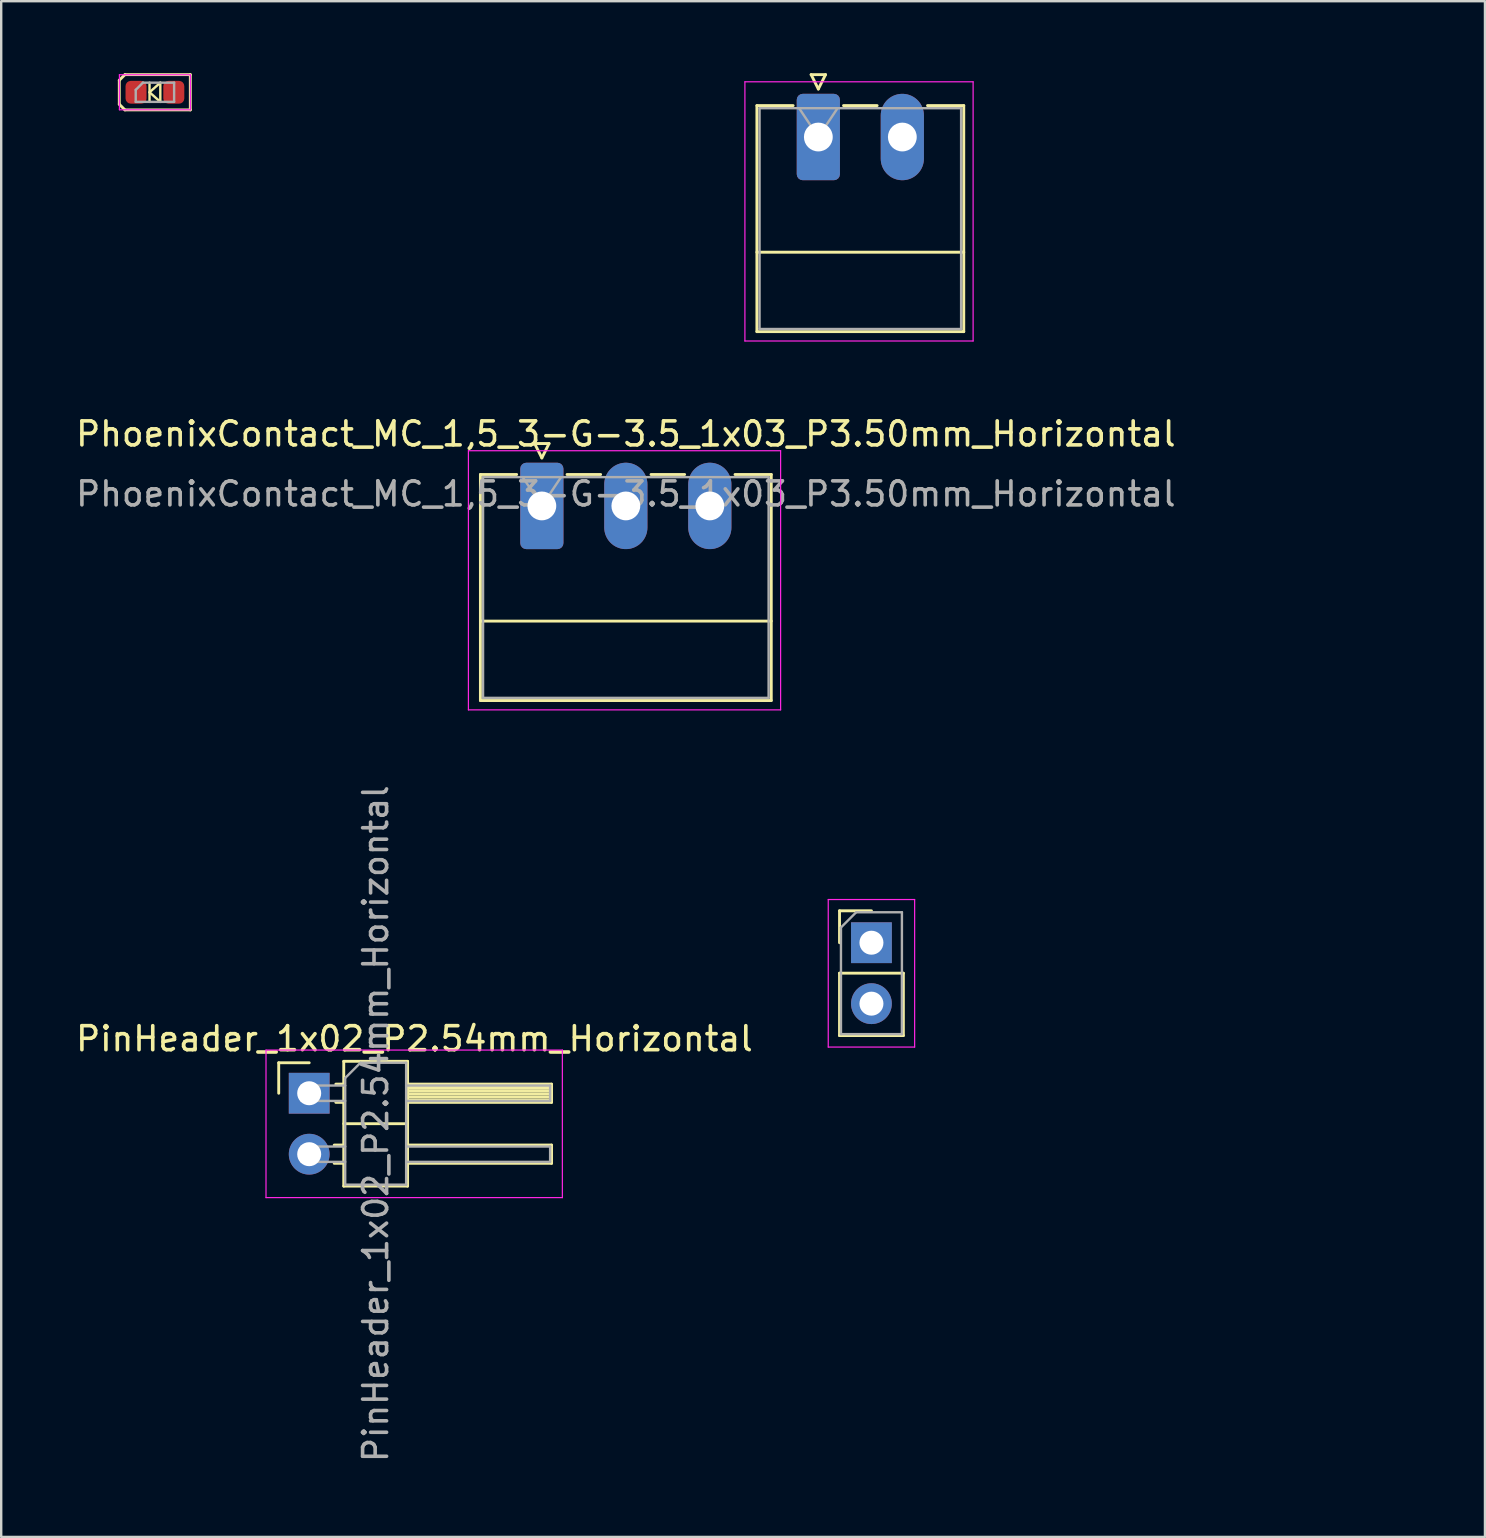
<source format=kicad_pcb>
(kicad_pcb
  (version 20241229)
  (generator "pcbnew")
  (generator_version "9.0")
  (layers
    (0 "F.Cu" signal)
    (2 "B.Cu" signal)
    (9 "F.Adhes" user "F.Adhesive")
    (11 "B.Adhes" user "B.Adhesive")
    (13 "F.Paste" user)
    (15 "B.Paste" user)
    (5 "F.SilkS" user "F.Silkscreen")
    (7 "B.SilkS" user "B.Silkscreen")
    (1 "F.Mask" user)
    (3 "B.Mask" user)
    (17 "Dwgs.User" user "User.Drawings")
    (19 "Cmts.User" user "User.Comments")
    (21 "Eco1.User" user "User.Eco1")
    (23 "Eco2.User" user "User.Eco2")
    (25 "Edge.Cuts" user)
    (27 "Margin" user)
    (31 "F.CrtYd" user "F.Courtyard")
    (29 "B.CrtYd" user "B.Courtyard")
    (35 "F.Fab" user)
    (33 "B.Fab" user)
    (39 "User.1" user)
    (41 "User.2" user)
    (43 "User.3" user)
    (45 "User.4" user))
  (footprint "PhoenixContact_MC_1,5_2-G-3.5_1x02_P3.50mm_Horizontal"
    (layer "F.Cu")
    (at 31.052 2.66)
    (property "Reference" "PhoenixContact_MC_1,5_2-G-3.5_1x02_P3.50mm_Horizontal" (at 0.069 0.106 270) (layer "User.7") (effects (font (size 1 1) (thickness 0.15))))
    (attr through_hole)
    (fp_line (start -2.56 -1.31) (end -2.56 8.11) (stroke (width 0.12) (type solid)) (layer "F.SilkS"))
    (fp_line (start -2.56 -1.31) (end -1.05 -1.31) (stroke (width 0.12) (type solid)) (layer "F.SilkS"))
    (fp_line (start -2.56 4.8) (end 6.06 4.8) (stroke (width 0.12) (type solid)) (layer "F.SilkS"))
    (fp_line (start -2.56 8.11) (end 6.06 8.11) (stroke (width 0.12) (type solid)) (layer "F.SilkS"))
    (fp_line (start -0.3 -2.6) (end 0.3 -2.6) (stroke (width 0.12) (type solid)) (layer "F.SilkS"))
    (fp_line (start 0 -2) (end -0.3 -2.6) (stroke (width 0.12) (type solid)) (layer "F.SilkS"))
    (fp_line (start 0.3 -2.6) (end 0 -2) (stroke (width 0.12) (type solid)) (layer "F.SilkS"))
    (fp_line (start 1.05 -1.31) (end 2.45 -1.31) (stroke (width 0.12) (type solid)) (layer "F.SilkS"))
    (fp_line (start 6.06 -1.31) (end 4.55 -1.31) (stroke (width 0.12) (type solid)) (layer "F.SilkS"))
    (fp_line (start 6.06 8.11) (end 6.06 -1.31) (stroke (width 0.12) (type solid)) (layer "F.SilkS"))
    (fp_line (start -3.06 -2.3) (end -3.06 8.5) (stroke (width 0.05) (type solid)) (layer "F.CrtYd"))
    (fp_line (start -3.06 8.5) (end 6.45 8.5) (stroke (width 0.05) (type solid)) (layer "F.CrtYd"))
    (fp_line (start 6.45 -2.3) (end -3.06 -2.3) (stroke (width 0.05) (type solid)) (layer "F.CrtYd"))
    (fp_line (start 6.45 8.5) (end 6.45 -2.3) (stroke (width 0.05) (type solid)) (layer "F.CrtYd"))
    (fp_line (start -2.45 -1.2) (end -2.45 8) (stroke (width 0.1) (type solid)) (layer "F.Fab"))
    (fp_line (start -2.45 8) (end 5.95 8) (stroke (width 0.1) (type solid)) (layer "F.Fab"))
    (fp_line (start 0 0) (end -0.8 -1.2) (stroke (width 0.1) (type solid)) (layer "F.Fab"))
    (fp_line (start 0.8 -1.2) (end 0 0) (stroke (width 0.1) (type solid)) (layer "F.Fab"))
    (fp_line (start 5.95 -1.2) (end -2.45 -1.2) (stroke (width 0.1) (type solid)) (layer "F.Fab"))
    (fp_line (start 5.95 8) (end 5.95 -1.2) (stroke (width 0.1) (type solid)) (layer "F.Fab"))
    (fp_text user "${REFERENCE}" (at 1.75 -0.5 0) (layer "User.5") (effects (font (size 1 1) (thickness 0.15))))
    (pad "1" thru_hole roundrect (at 0 0) (size 1.8 3.6) (drill 1.2) (layers "*.Cu" "*.Mask") (roundrect_rratio 0.139))
    (pad "2" thru_hole oval (at 3.5 0) (size 1.8 3.6) (drill 1.2) (layers "*.Cu" "*.Mask")))
  (footprint "PhoenixContact_MC_1,5_3-G-3.5_1x03_P3.50mm_Horizontal"
    (layer "F.Cu")
    (at 19.53 18.033)
    (property "Reference" "PhoenixContact_MC_1,5_3-G-3.5_1x03_P3.50mm_Horizontal" (at 3.5 -3 0) (layer "F.SilkS") (effects (font (size 1 1) (thickness 0.15))))
    (attr through_hole)
    (fp_line (start -2.56 -1.31) (end -2.56 8.11) (stroke (width 0.12) (type solid)) (layer "F.SilkS"))
    (fp_line (start -2.56 -1.31) (end -1.05 -1.31) (stroke (width 0.12) (type solid)) (layer "F.SilkS"))
    (fp_line (start -2.56 4.8) (end 9.56 4.8) (stroke (width 0.12) (type solid)) (layer "F.SilkS"))
    (fp_line (start -2.56 8.11) (end 9.56 8.11) (stroke (width 0.12) (type solid)) (layer "F.SilkS"))
    (fp_line (start -0.3 -2.6) (end 0.3 -2.6) (stroke (width 0.12) (type solid)) (layer "F.SilkS"))
    (fp_line (start 0 -2) (end -0.3 -2.6) (stroke (width 0.12) (type solid)) (layer "F.SilkS"))
    (fp_line (start 0.3 -2.6) (end 0 -2) (stroke (width 0.12) (type solid)) (layer "F.SilkS"))
    (fp_line (start 1.05 -1.31) (end 2.45 -1.31) (stroke (width 0.12) (type solid)) (layer "F.SilkS"))
    (fp_line (start 4.55 -1.31) (end 5.95 -1.31) (stroke (width 0.12) (type solid)) (layer "F.SilkS"))
    (fp_line (start 9.56 -1.31) (end 8.05 -1.31) (stroke (width 0.12) (type solid)) (layer "F.SilkS"))
    (fp_line (start 9.56 8.11) (end 9.56 -1.31) (stroke (width 0.12) (type solid)) (layer "F.SilkS"))
    (fp_line (start -3.06 -2.3) (end -3.06 8.5) (stroke (width 0.05) (type solid)) (layer "F.CrtYd"))
    (fp_line (start -3.06 8.5) (end 9.95 8.5) (stroke (width 0.05) (type solid)) (layer "F.CrtYd"))
    (fp_line (start 9.95 -2.3) (end -3.06 -2.3) (stroke (width 0.05) (type solid)) (layer "F.CrtYd"))
    (fp_line (start 9.95 8.5) (end 9.95 -2.3) (stroke (width 0.05) (type solid)) (layer "F.CrtYd"))
    (fp_line (start -2.45 -1.2) (end -2.45 8) (stroke (width 0.1) (type solid)) (layer "F.Fab"))
    (fp_line (start -2.45 8) (end 9.45 8) (stroke (width 0.1) (type solid)) (layer "F.Fab"))
    (fp_line (start 0 0) (end -0.8 -1.2) (stroke (width 0.1) (type solid)) (layer "F.Fab"))
    (fp_line (start 0.8 -1.2) (end 0 0) (stroke (width 0.1) (type solid)) (layer "F.Fab"))
    (fp_line (start 9.45 -1.2) (end -2.45 -1.2) (stroke (width 0.1) (type solid)) (layer "F.Fab"))
    (fp_line (start 9.45 8) (end 9.45 -1.2) (stroke (width 0.1) (type solid)) (layer "F.Fab"))
    (fp_text user "${REFERENCE}" (at 3.5 -0.5 0) (layer "F.Fab") (effects (font (size 1 1) (thickness 0.15))))
    (pad "1" thru_hole roundrect (at 0 0) (size 1.8 3.6) (drill 1.2) (layers "*.Cu" "*.Mask") (roundrect_rratio 0.139))
    (pad "2" thru_hole oval (at 3.5 0) (size 1.8 3.6) (drill 1.2) (layers "*.Cu" "*.Mask"))
    (pad "3" thru_hole oval (at 7 0) (size 1.8 3.6) (drill 1.2) (layers "*.Cu" "*.Mask")))
  (footprint "LED_0603_1608Metric"
    (layer "F.Cu")
    (at 3.406 0.795)
    (property "Reference" "LED_0603_1608Metric" (at 0.1 0.1 180) (layer "User.5") (effects (font (size 0.6 0.4) (thickness 0.1))))
    (attr smd)
    (fp_line (start -1.485 -0.5) (end -1.485 0.5) (stroke (width 0.12) (type solid)) (layer "F.SilkS"))
    (fp_line (start -1.485 0.5) (end -1.25 0.735) (stroke (width 0.12) (type default)) (layer "F.SilkS"))
    (fp_line (start -1.25 -0.735) (end -1.485 -0.5) (stroke (width 0.12) (type default)) (layer "F.SilkS"))
    (fp_line (start -1.25 0.735) (end 1.475 0.735) (stroke (width 0.12) (type solid)) (layer "F.SilkS"))
    (fp_line (start -0.225 -0.4) (end -0.225 0.4) (stroke (width 0.1) (type solid)) (layer "F.SilkS"))
    (fp_line (start -0.225 0) (end 0.225 -0.4) (stroke (width 0.1) (type solid)) (layer "F.SilkS"))
    (fp_line (start -0.225 0) (end 0.225 0.4) (stroke (width 0.1) (type solid)) (layer "F.SilkS"))
    (fp_line (start 0.225 -0.4) (end 0.225 0.4) (stroke (width 0.1) (type solid)) (layer "F.SilkS"))
    (fp_line (start 1.475 -0.735) (end -1.25 -0.735) (stroke (width 0.12) (type solid)) (layer "F.SilkS"))
    (fp_line (start 1.475 0.735) (end 1.475 -0.735) (stroke (width 0.12) (type default)) (layer "F.SilkS"))
    (fp_line (start -1.48 -0.73) (end 1.48 -0.73) (stroke (width 0.05) (type solid)) (layer "F.CrtYd"))
    (fp_line (start -1.48 0.73) (end -1.48 -0.73) (stroke (width 0.05) (type solid)) (layer "F.CrtYd"))
    (fp_line (start 1.48 -0.73) (end 1.48 0.73) (stroke (width 0.05) (type solid)) (layer "F.CrtYd"))
    (fp_line (start 1.48 0.73) (end -1.48 0.73) (stroke (width 0.05) (type solid)) (layer "F.CrtYd"))
    (fp_line (start -0.8 -0.1) (end -0.8 0.4) (stroke (width 0.1) (type solid)) (layer "F.Fab"))
    (fp_line (start -0.8 0.4) (end 0.8 0.4) (stroke (width 0.1) (type solid)) (layer "F.Fab"))
    (fp_line (start -0.5 -0.4) (end -0.8 -0.1) (stroke (width 0.1) (type solid)) (layer "F.Fab"))
    (fp_line (start 0.8 -0.4) (end -0.5 -0.4) (stroke (width 0.1) (type solid)) (layer "F.Fab"))
    (fp_line (start 0.8 0.4) (end 0.8 -0.4) (stroke (width 0.1) (type solid)) (layer "F.Fab"))
    (fp_text user "${REFERENCE}" (at -0.02 0 180) (layer "User.3") (effects (font (size 0.6 0.4) (thickness 0.1))))
    (pad "1" smd roundrect (at -0.787 0) (size 0.875 0.95) (layers "F.Cu" "F.Mask" "F.Paste") (roundrect_rratio 0.25))
    (pad "2" smd roundrect (at 0.787 0) (size 0.875 0.95) (layers "F.Cu" "F.Mask" "F.Paste") (roundrect_rratio 0.25)))
  (footprint "PinHeader_1x02_P2.54mm_Horizontal"
    (layer "F.Cu")
    (at 9.835 42.508)
    (property "Reference" "PinHeader_1x02_P2.54mm_Horizontal" (at 4.385 -2.27 0) (layer "F.SilkS") (effects (font (size 1 1) (thickness 0.15))))
    (attr through_hole)
    (fp_line (start -1.27 -1.27) (end 0 -1.27) (stroke (width 0.12) (type solid)) (layer "F.SilkS"))
    (fp_line (start -1.27 0) (end -1.27 -1.27) (stroke (width 0.12) (type solid)) (layer "F.SilkS"))
    (fp_line (start 1.043 2.16) (end 1.44 2.16) (stroke (width 0.12) (type solid)) (layer "F.SilkS"))
    (fp_line (start 1.043 2.92) (end 1.44 2.92) (stroke (width 0.12) (type solid)) (layer "F.SilkS"))
    (fp_line (start 1.11 -0.38) (end 1.44 -0.38) (stroke (width 0.12) (type solid)) (layer "F.SilkS"))
    (fp_line (start 1.11 0.38) (end 1.44 0.38) (stroke (width 0.12) (type solid)) (layer "F.SilkS"))
    (fp_line (start 1.44 -1.33) (end 1.44 3.87) (stroke (width 0.12) (type solid)) (layer "F.SilkS"))
    (fp_line (start 1.44 1.27) (end 4.1 1.27) (stroke (width 0.12) (type solid)) (layer "F.SilkS"))
    (fp_line (start 1.44 3.87) (end 4.1 3.87) (stroke (width 0.12) (type solid)) (layer "F.SilkS"))
    (fp_line (start 4.1 -1.33) (end 1.44 -1.33) (stroke (width 0.12) (type solid)) (layer "F.SilkS"))
    (fp_line (start 4.1 -0.38) (end 10.1 -0.38) (stroke (width 0.12) (type solid)) (layer "F.SilkS"))
    (fp_line (start 4.1 -0.32) (end 10.1 -0.32) (stroke (width 0.12) (type solid)) (layer "F.SilkS"))
    (fp_line (start 4.1 -0.2) (end 10.1 -0.2) (stroke (width 0.12) (type solid)) (layer "F.SilkS"))
    (fp_line (start 4.1 -0.08) (end 10.1 -0.08) (stroke (width 0.12) (type solid)) (layer "F.SilkS"))
    (fp_line (start 4.1 0.04) (end 10.1 0.04) (stroke (width 0.12) (type solid)) (layer "F.SilkS"))
    (fp_line (start 4.1 0.16) (end 10.1 0.16) (stroke (width 0.12) (type solid)) (layer "F.SilkS"))
    (fp_line (start 4.1 0.28) (end 10.1 0.28) (stroke (width 0.12) (type solid)) (layer "F.SilkS"))
    (fp_line (start 4.1 2.16) (end 10.1 2.16) (stroke (width 0.12) (type solid)) (layer "F.SilkS"))
    (fp_line (start 4.1 3.87) (end 4.1 -1.33) (stroke (width 0.12) (type solid)) (layer "F.SilkS"))
    (fp_line (start 10.1 -0.38) (end 10.1 0.38) (stroke (width 0.12) (type solid)) (layer "F.SilkS"))
    (fp_line (start 10.1 0.38) (end 4.1 0.38) (stroke (width 0.12) (type solid)) (layer "F.SilkS"))
    (fp_line (start 10.1 2.16) (end 10.1 2.92) (stroke (width 0.12) (type solid)) (layer "F.SilkS"))
    (fp_line (start 10.1 2.92) (end 4.1 2.92) (stroke (width 0.12) (type solid)) (layer "F.SilkS"))
    (fp_line (start -1.8 -1.8) (end -1.8 4.35) (stroke (width 0.05) (type solid)) (layer "F.CrtYd"))
    (fp_line (start -1.8 4.35) (end 10.55 4.35) (stroke (width 0.05) (type solid)) (layer "F.CrtYd"))
    (fp_line (start 10.55 -1.8) (end -1.8 -1.8) (stroke (width 0.05) (type solid)) (layer "F.CrtYd"))
    (fp_line (start 10.55 4.35) (end 10.55 -1.8) (stroke (width 0.05) (type solid)) (layer "F.CrtYd"))
    (fp_line (start -0.32 -0.32) (end -0.32 0.32) (stroke (width 0.1) (type solid)) (layer "F.Fab"))
    (fp_line (start -0.32 -0.32) (end 1.5 -0.32) (stroke (width 0.1) (type solid)) (layer "F.Fab"))
    (fp_line (start -0.32 0.32) (end 1.5 0.32) (stroke (width 0.1) (type solid)) (layer "F.Fab"))
    (fp_line (start -0.32 2.22) (end -0.32 2.86) (stroke (width 0.1) (type solid)) (layer "F.Fab"))
    (fp_line (start -0.32 2.22) (end 1.5 2.22) (stroke (width 0.1) (type solid)) (layer "F.Fab"))
    (fp_line (start -0.32 2.86) (end 1.5 2.86) (stroke (width 0.1) (type solid)) (layer "F.Fab"))
    (fp_line (start 1.5 -0.635) (end 2.135 -1.27) (stroke (width 0.1) (type solid)) (layer "F.Fab"))
    (fp_line (start 1.5 3.81) (end 1.5 -0.635) (stroke (width 0.1) (type solid)) (layer "F.Fab"))
    (fp_line (start 2.135 -1.27) (end 4.04 -1.27) (stroke (width 0.1) (type solid)) (layer "F.Fab"))
    (fp_line (start 4.04 -1.27) (end 4.04 3.81) (stroke (width 0.1) (type solid)) (layer "F.Fab"))
    (fp_line (start 4.04 -0.32) (end 10.04 -0.32) (stroke (width 0.1) (type solid)) (layer "F.Fab"))
    (fp_line (start 4.04 0.32) (end 10.04 0.32) (stroke (width 0.1) (type solid)) (layer "F.Fab"))
    (fp_line (start 4.04 2.22) (end 10.04 2.22) (stroke (width 0.1) (type solid)) (layer "F.Fab"))
    (fp_line (start 4.04 2.86) (end 10.04 2.86) (stroke (width 0.1) (type solid)) (layer "F.Fab"))
    (fp_line (start 4.04 3.81) (end 1.5 3.81) (stroke (width 0.1) (type solid)) (layer "F.Fab"))
    (fp_line (start 10.04 -0.32) (end 10.04 0.32) (stroke (width 0.1) (type solid)) (layer "F.Fab"))
    (fp_line (start 10.04 2.22) (end 10.04 2.86) (stroke (width 0.1) (type solid)) (layer "F.Fab"))
    (fp_text user "${REFERENCE}" (at 2.77 1.27 90) (layer "F.Fab") (effects (font (size 1 1) (thickness 0.15))))
    (pad "1" thru_hole rect (at 0 0) (size 1.7 1.7) (drill 1) (layers "*.Cu" "*.Mask"))
    (pad "2" thru_hole oval (at 0 2.54) (size 1.7 1.7) (drill 1) (layers "*.Cu" "*.Mask")))
  (footprint "PinHeader_1x02_P2.54mm_Vertical"
    (layer "F.Cu")
    (at 33.265 36.235)
    (property "Reference" "PinHeader_1x02_P2.54mm_Vertical" (at -0.13 1.115 270) (layer "User.7") (effects (font (size 1 1) (thickness 0.15))))
    (attr through_hole)
    (fp_line (start -1.33 -1.33) (end 0 -1.33) (stroke (width 0.12) (type solid)) (layer "F.SilkS"))
    (fp_line (start -1.33 0) (end -1.33 -1.33) (stroke (width 0.12) (type solid)) (layer "F.SilkS"))
    (fp_line (start -1.33 1.27) (end -1.33 3.87) (stroke (width 0.12) (type solid)) (layer "F.SilkS"))
    (fp_line (start -1.33 1.27) (end 1.33 1.27) (stroke (width 0.12) (type solid)) (layer "F.SilkS"))
    (fp_line (start -1.33 3.87) (end 1.33 3.87) (stroke (width 0.12) (type solid)) (layer "F.SilkS"))
    (fp_line (start 1.33 1.27) (end 1.33 3.87) (stroke (width 0.12) (type solid)) (layer "F.SilkS"))
    (fp_line (start -1.8 -1.8) (end -1.8 4.35) (stroke (width 0.05) (type solid)) (layer "F.CrtYd"))
    (fp_line (start -1.8 4.35) (end 1.8 4.35) (stroke (width 0.05) (type solid)) (layer "F.CrtYd"))
    (fp_line (start 1.8 -1.8) (end -1.8 -1.8) (stroke (width 0.05) (type solid)) (layer "F.CrtYd"))
    (fp_line (start 1.8 4.35) (end 1.8 -1.8) (stroke (width 0.05) (type solid)) (layer "F.CrtYd"))
    (fp_line (start -1.27 -0.635) (end -0.635 -1.27) (stroke (width 0.1) (type solid)) (layer "F.Fab"))
    (fp_line (start -1.27 3.81) (end -1.27 -0.635) (stroke (width 0.1) (type solid)) (layer "F.Fab"))
    (fp_line (start -0.635 -1.27) (end 1.27 -1.27) (stroke (width 0.1) (type solid)) (layer "F.Fab"))
    (fp_line (start 1.27 -1.27) (end 1.27 3.81) (stroke (width 0.1) (type solid)) (layer "F.Fab"))
    (fp_line (start 1.27 3.81) (end -1.27 3.81) (stroke (width 0.1) (type solid)) (layer "F.Fab"))
    (fp_text user "${REFERENCE}" (at 0 1.27 90) (layer "User.5") (effects (font (size 0.6 0.6) (thickness 0.1))))
    (pad "1" thru_hole rect (at 0 0) (size 1.7 1.7) (drill 1) (layers "*.Cu" "*.Mask"))
    (pad "2" thru_hole oval (at 0 2.54) (size 1.7 1.7) (drill 1) (layers "*.Cu" "*.Mask")))
  (gr_rect
    (start -3 -3)
    (end 58.832 60.999)
    (stroke (width 0.1) (type default))
    (fill no)
    (layer "Edge.Cuts")))
</source>
